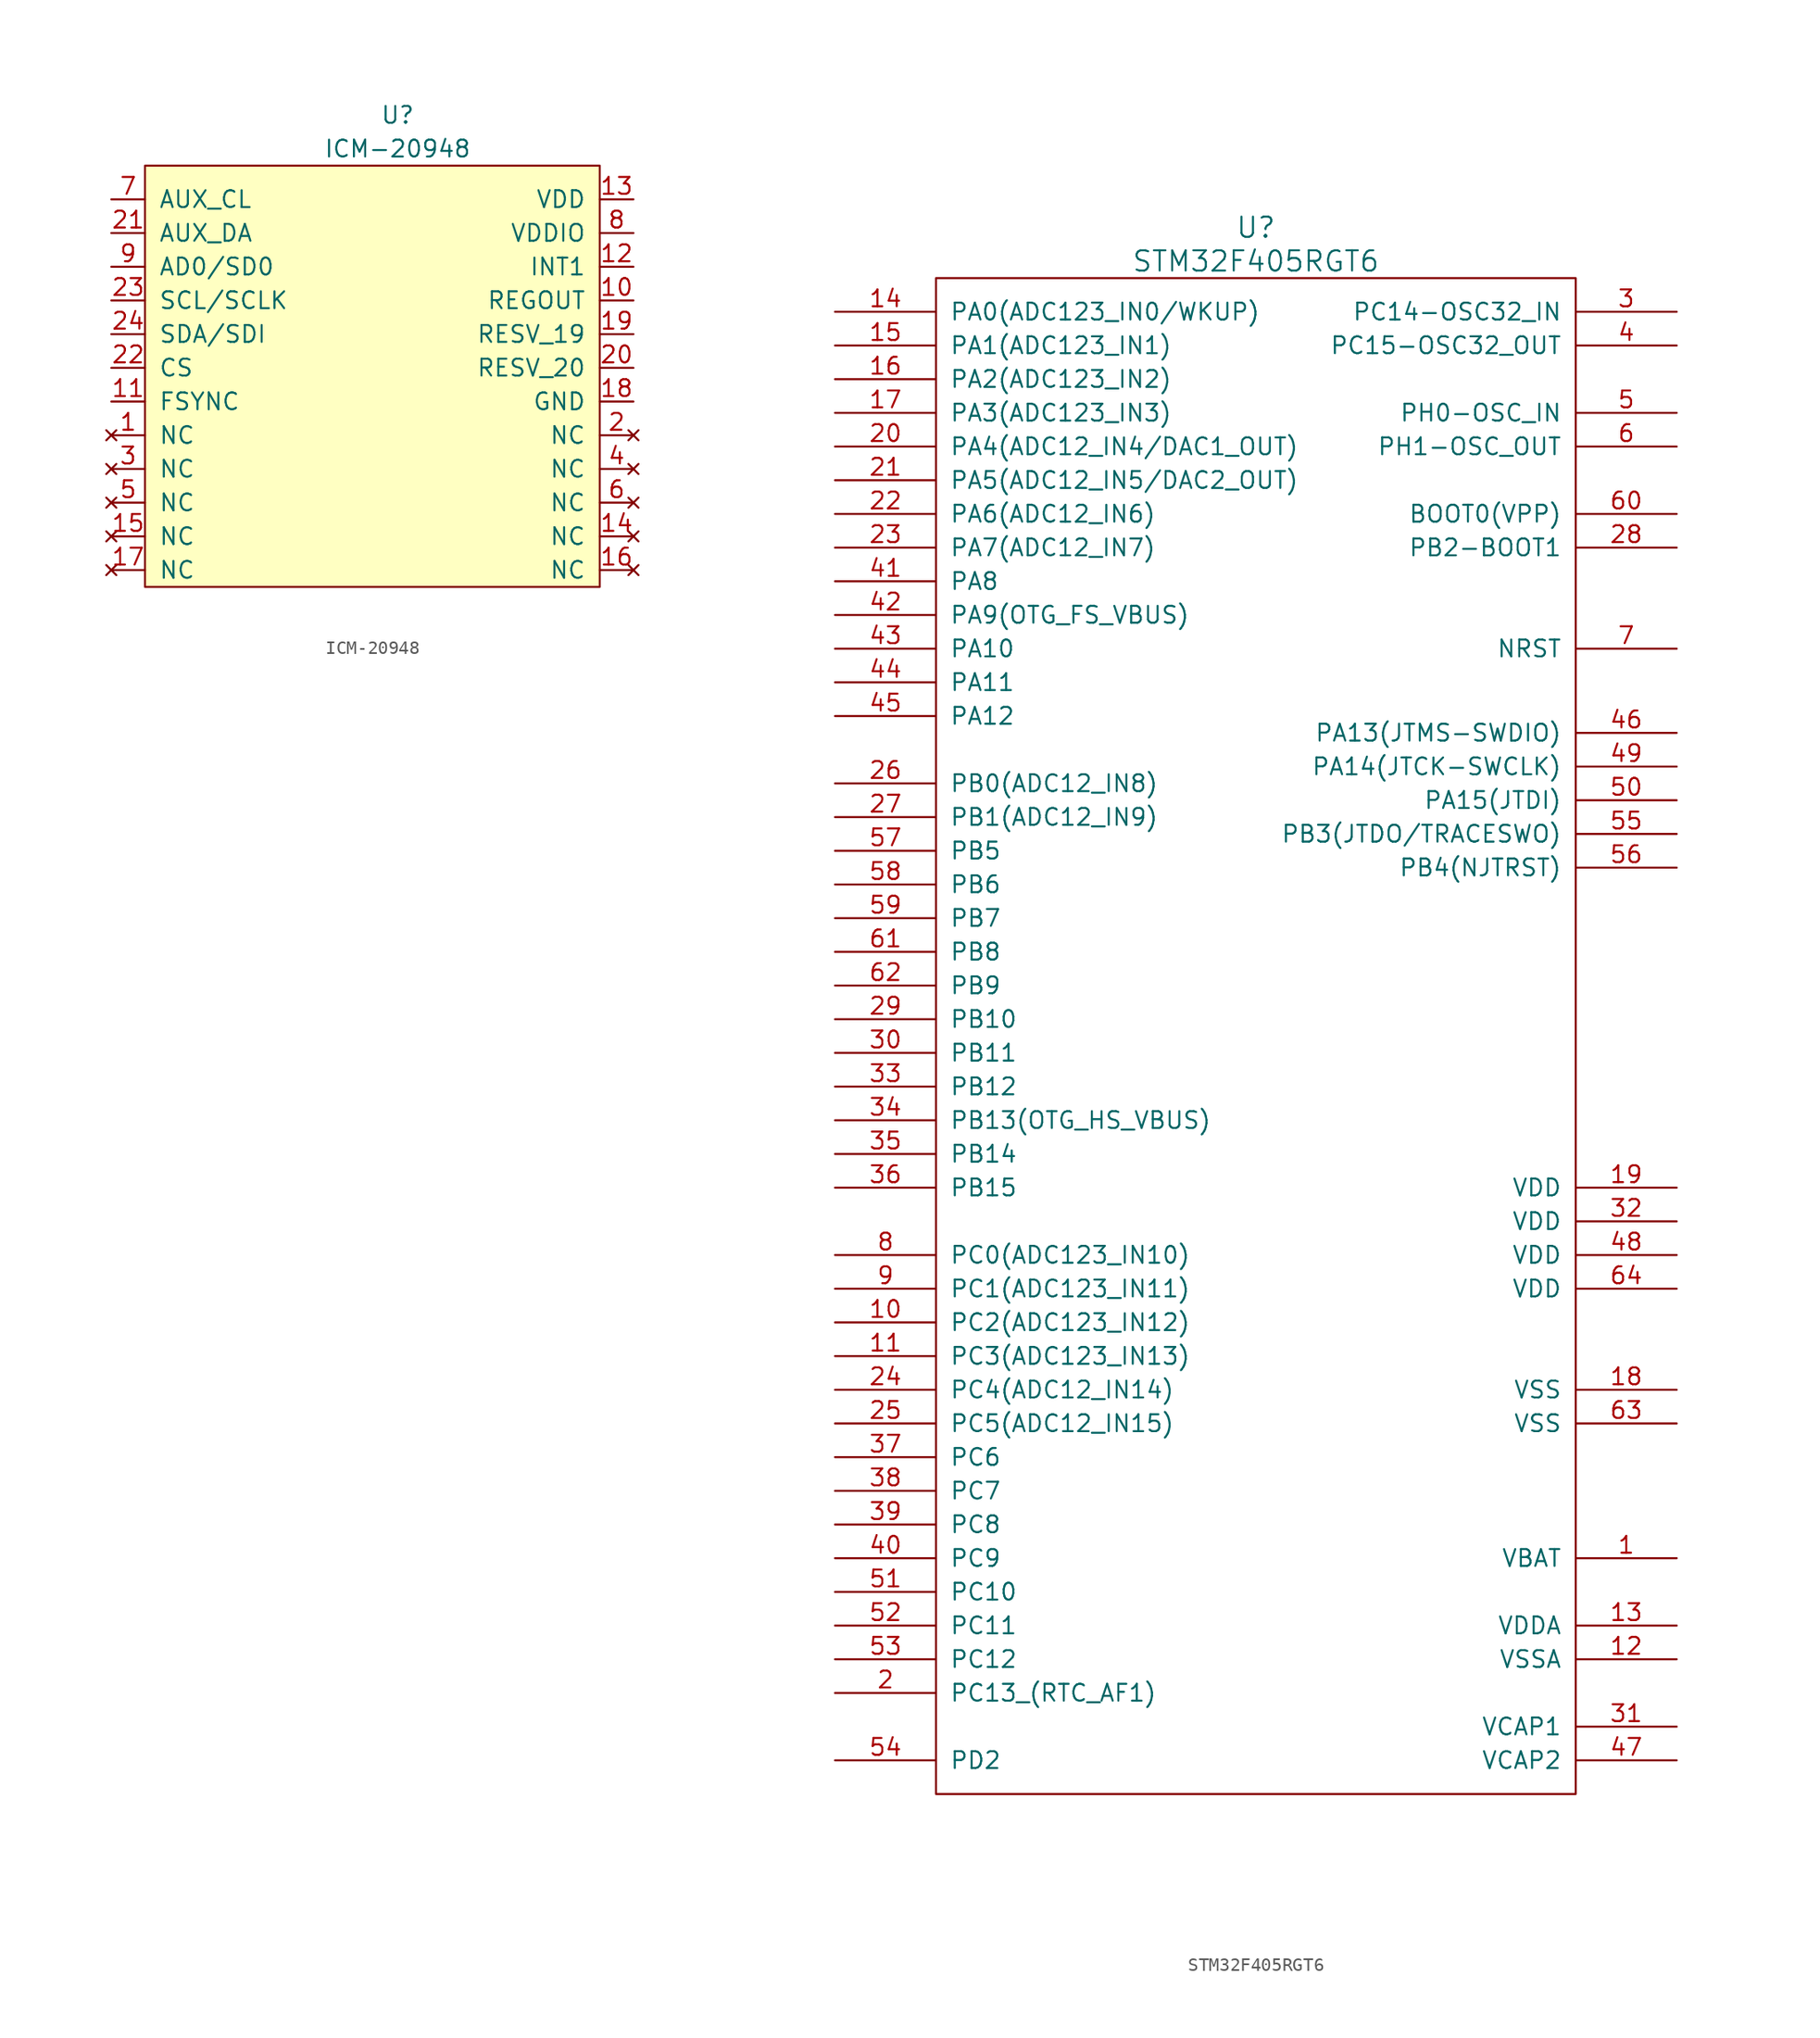
<source format=kicad_sym>
(kicad_symbol_lib
  (version 20220914)
  (generator kicad_symbol_editor)
  (symbol "ICM-20948"
    (pin_names
      (offset 1.016))
    (property "Reference" "U"
      (at 1.27 17.78 0)
      (effects (font (size 1.27 1.27))))
    (property "Value" "ICM-20948"
      (at 1.27 15.24 0)
      (effects (font (size 1.27 1.27))))
    (symbol "ICM-20948_0_1"
      (rectangle (start -17.78 13.97) (end 16.51 -17.78) (stroke (width 0) (type default)) (fill (type background))))
    (symbol "ICM-20948_1_1"
      (pin no_connect line (at -20.32 -6.35 0) (length 2.54) (name "NC" (effects (font (size 1.27 1.27)))) (number "1" (effects (font (size 1.27 1.27)))))
      (pin input line (at 19.05 3.81 180) (length 2.54) (name "REGOUT" (effects (font (size 1.27 1.27)))) (number "10" (effects (font (size 1.27 1.27)))))
      (pin input line (at -20.32 -3.81 0) (length 2.54) (name "FSYNC" (effects (font (size 1.27 1.27)))) (number "11" (effects (font (size 1.27 1.27)))))
      (pin input line (at 19.05 6.35 180) (length 2.54) (name "INT1" (effects (font (size 1.27 1.27)))) (number "12" (effects (font (size 1.27 1.27)))))
      (pin input line (at 19.05 11.43 180) (length 2.54) (name "VDD" (effects (font (size 1.27 1.27)))) (number "13" (effects (font (size 1.27 1.27)))))
      (pin no_connect line (at 19.05 -13.97 180) (length 2.54) (name "NC" (effects (font (size 1.27 1.27)))) (number "14" (effects (font (size 1.27 1.27)))))
      (pin no_connect line (at -20.32 -13.97 0) (length 2.54) (name "NC" (effects (font (size 1.27 1.27)))) (number "15" (effects (font (size 1.27 1.27)))))
      (pin no_connect line (at 19.05 -16.51 180) (length 2.54) (name "NC" (effects (font (size 1.27 1.27)))) (number "16" (effects (font (size 1.27 1.27)))))
      (pin no_connect line (at -20.32 -16.51 0) (length 2.54) (name "NC" (effects (font (size 1.27 1.27)))) (number "17" (effects (font (size 1.27 1.27)))))
      (pin input line (at 19.05 -3.81 180) (length 2.54) (name "GND" (effects (font (size 1.27 1.27)))) (number "18" (effects (font (size 1.27 1.27)))))
      (pin passive line (at 19.05 1.27 180) (length 2.54) (name "RESV_19" (effects (font (size 1.27 1.27)))) (number "19" (effects (font (size 1.27 1.27)))))
      (pin no_connect line (at 19.05 -6.35 180) (length 2.54) (name "NC" (effects (font (size 1.27 1.27)))) (number "2" (effects (font (size 1.27 1.27)))))
      (pin passive line (at 19.05 -1.27 180) (length 2.54) (name "RESV_20" (effects (font (size 1.27 1.27)))) (number "20" (effects (font (size 1.27 1.27)))))
      (pin bidirectional line (at -20.32 8.89 0) (length 2.54) (name "AUX_DA" (effects (font (size 1.27 1.27)))) (number "21" (effects (font (size 1.27 1.27)))))
      (pin input line (at -20.32 -1.27 0) (length 2.54) (name "CS" (effects (font (size 1.27 1.27)))) (number "22" (effects (font (size 1.27 1.27)))))
      (pin input line (at -20.32 3.81 0) (length 2.54) (name "SCL/SCLK" (effects (font (size 1.27 1.27)))) (number "23" (effects (font (size 1.27 1.27)))))
      (pin bidirectional line (at -20.32 1.27 0) (length 2.54) (name "SDA/SDI" (effects (font (size 1.27 1.27)))) (number "24" (effects (font (size 1.27 1.27)))))
      (pin no_connect line (at -20.32 -8.89 0) (length 2.54) (name "NC" (effects (font (size 1.27 1.27)))) (number "3" (effects (font (size 1.27 1.27)))))
      (pin no_connect line (at 19.05 -8.89 180) (length 2.54) (name "NC" (effects (font (size 1.27 1.27)))) (number "4" (effects (font (size 1.27 1.27)))))
      (pin no_connect line (at -20.32 -11.43 0) (length 2.54) (name "NC" (effects (font (size 1.27 1.27)))) (number "5" (effects (font (size 1.27 1.27)))))
      (pin no_connect line (at 19.05 -11.43 180) (length 2.54) (name "NC" (effects (font (size 1.27 1.27)))) (number "6" (effects (font (size 1.27 1.27)))))
      (pin input line (at -20.32 11.43 0) (length 2.54) (name "AUX_CL" (effects (font (size 1.27 1.27)))) (number "7" (effects (font (size 1.27 1.27)))))
      (pin input line (at 19.05 8.89 180) (length 2.54) (name "VDDIO" (effects (font (size 1.27 1.27)))) (number "8" (effects (font (size 1.27 1.27)))))
      (pin bidirectional line (at -20.32 6.35 0) (length 2.54) (name "AD0/SD0" (effects (font (size 1.27 1.27)))) (number "9" (effects (font (size 1.27 1.27)))))))
  (symbol "STM32F405RGT6"
    (pin_names
      (offset 1.016))
    (property "Reference" "U"
      (at 0 60.96 0)
      (effects (font (size 1.524 1.524))))
    (property "Value" "STM32F405RGT6"
      (at 0 58.42 0)
      (effects (font (size 1.524 1.524))))
    (property "Footprint" ""
      (at 0 0 0)
      (effects (font (size 1.524 1.524))))
    (property "Datasheet" ""
      (at 0 0 0)
      (effects (font (size 1.524 1.524))))
    (symbol "STM32F405RGT6_0_1"
      (rectangle (start -24.13 57.15) (end 24.13 -57.15) (stroke (width 0) (type default)) (fill (type none))))
    (symbol "STM32F405RGT6_1_1"
      (pin power_in line (at 31.75 -39.37 180) (length 7.62) (name "VBAT" (effects (font (size 1.27 1.27)))) (number "1" (effects (font (size 1.27 1.27)))))
      (pin bidirectional line (at -31.75 -21.59 0) (length 7.62) (name "PC2(ADC123_IN12)" (effects (font (size 1.27 1.27)))) (number "10" (effects (font (size 1.27 1.27)))))
      (pin bidirectional line (at -31.75 -24.13 0) (length 7.62) (name "PC3(ADC123_IN13)" (effects (font (size 1.27 1.27)))) (number "11" (effects (font (size 1.27 1.27)))))
      (pin power_in line (at 31.75 -46.99 180) (length 7.62) (name "VSSA" (effects (font (size 1.27 1.27)))) (number "12" (effects (font (size 1.27 1.27)))))
      (pin power_in line (at 31.75 -44.45 180) (length 7.62) (name "VDDA" (effects (font (size 1.27 1.27)))) (number "13" (effects (font (size 1.27 1.27)))))
      (pin bidirectional line (at -31.75 54.61 0) (length 7.62) (name "PA0(ADC123_IN0/WKUP)" (effects (font (size 1.27 1.27)))) (number "14" (effects (font (size 1.27 1.27)))))
      (pin bidirectional line (at -31.75 52.07 0) (length 7.62) (name "PA1(ADC123_IN1)" (effects (font (size 1.27 1.27)))) (number "15" (effects (font (size 1.27 1.27)))))
      (pin bidirectional line (at -31.75 49.53 0) (length 7.62) (name "PA2(ADC123_IN2)" (effects (font (size 1.27 1.27)))) (number "16" (effects (font (size 1.27 1.27)))))
      (pin bidirectional line (at -31.75 46.99 0) (length 7.62) (name "PA3(ADC123_IN3)" (effects (font (size 1.27 1.27)))) (number "17" (effects (font (size 1.27 1.27)))))
      (pin power_in line (at 31.75 -26.67 180) (length 7.62) (name "VSS" (effects (font (size 1.27 1.27)))) (number "18" (effects (font (size 1.27 1.27)))))
      (pin power_in line (at 31.75 -11.43 180) (length 7.62) (name "VDD" (effects (font (size 1.27 1.27)))) (number "19" (effects (font (size 1.27 1.27)))))
      (pin bidirectional line (at -31.75 -49.53 0) (length 7.62) (name "PC13_(RTC_AF1)" (effects (font (size 1.27 1.27)))) (number "2" (effects (font (size 1.27 1.27)))))
      (pin bidirectional line (at -31.75 44.45 0) (length 7.62) (name "PA4(ADC12_IN4/DAC1_OUT)" (effects (font (size 1.27 1.27)))) (number "20" (effects (font (size 1.27 1.27)))))
      (pin bidirectional line (at -31.75 41.91 0) (length 7.62) (name "PA5(ADC12_IN5/DAC2_OUT)" (effects (font (size 1.27 1.27)))) (number "21" (effects (font (size 1.27 1.27)))))
      (pin bidirectional line (at -31.75 39.37 0) (length 7.62) (name "PA6(ADC12_IN6)" (effects (font (size 1.27 1.27)))) (number "22" (effects (font (size 1.27 1.27)))))
      (pin bidirectional line (at -31.75 36.83 0) (length 7.62) (name "PA7(ADC12_IN7)" (effects (font (size 1.27 1.27)))) (number "23" (effects (font (size 1.27 1.27)))))
      (pin bidirectional line (at -31.75 -26.67 0) (length 7.62) (name "PC4(ADC12_IN14)" (effects (font (size 1.27 1.27)))) (number "24" (effects (font (size 1.27 1.27)))))
      (pin bidirectional line (at -31.75 -29.21 0) (length 7.62) (name "PC5(ADC12_IN15)" (effects (font (size 1.27 1.27)))) (number "25" (effects (font (size 1.27 1.27)))))
      (pin bidirectional line (at -31.75 19.05 0) (length 7.62) (name "PB0(ADC12_IN8)" (effects (font (size 1.27 1.27)))) (number "26" (effects (font (size 1.27 1.27)))))
      (pin bidirectional line (at -31.75 16.51 0) (length 7.62) (name "PB1(ADC12_IN9)" (effects (font (size 1.27 1.27)))) (number "27" (effects (font (size 1.27 1.27)))))
      (pin bidirectional line (at 31.75 36.83 180) (length 7.62) (name "PB2-BOOT1" (effects (font (size 1.27 1.27)))) (number "28" (effects (font (size 1.27 1.27)))))
      (pin bidirectional line (at -31.75 1.27 0) (length 7.62) (name "PB10" (effects (font (size 1.27 1.27)))) (number "29" (effects (font (size 1.27 1.27)))))
      (pin bidirectional line (at 31.75 54.61 180) (length 7.62) (name "PC14-OSC32_IN" (effects (font (size 1.27 1.27)))) (number "3" (effects (font (size 1.27 1.27)))))
      (pin bidirectional line (at -31.75 -1.27 0) (length 7.62) (name "PB11" (effects (font (size 1.27 1.27)))) (number "30" (effects (font (size 1.27 1.27)))))
      (pin power_out line (at 31.75 -52.07 180) (length 7.62) (name "VCAP1" (effects (font (size 1.27 1.27)))) (number "31" (effects (font (size 1.27 1.27)))))
      (pin power_in line (at 31.75 -13.97 180) (length 7.62) (name "VDD" (effects (font (size 1.27 1.27)))) (number "32" (effects (font (size 1.27 1.27)))))
      (pin bidirectional line (at -31.75 -3.81 0) (length 7.62) (name "PB12" (effects (font (size 1.27 1.27)))) (number "33" (effects (font (size 1.27 1.27)))))
      (pin bidirectional line (at -31.75 -6.35 0) (length 7.62) (name "PB13(OTG_HS_VBUS)" (effects (font (size 1.27 1.27)))) (number "34" (effects (font (size 1.27 1.27)))))
      (pin bidirectional line (at -31.75 -8.89 0) (length 7.62) (name "PB14" (effects (font (size 1.27 1.27)))) (number "35" (effects (font (size 1.27 1.27)))))
      (pin bidirectional line (at -31.75 -11.43 0) (length 7.62) (name "PB15" (effects (font (size 1.27 1.27)))) (number "36" (effects (font (size 1.27 1.27)))))
      (pin bidirectional line (at -31.75 -31.75 0) (length 7.62) (name "PC6" (effects (font (size 1.27 1.27)))) (number "37" (effects (font (size 1.27 1.27)))))
      (pin bidirectional line (at -31.75 -34.29 0) (length 7.62) (name "PC7" (effects (font (size 1.27 1.27)))) (number "38" (effects (font (size 1.27 1.27)))))
      (pin bidirectional line (at -31.75 -36.83 0) (length 7.62) (name "PC8" (effects (font (size 1.27 1.27)))) (number "39" (effects (font (size 1.27 1.27)))))
      (pin power_in line (at 31.75 52.07 180) (length 7.62) (name "PC15-OSC32_OUT" (effects (font (size 1.27 1.27)))) (number "4" (effects (font (size 1.27 1.27)))))
      (pin bidirectional line (at -31.75 -39.37 0) (length 7.62) (name "PC9" (effects (font (size 1.27 1.27)))) (number "40" (effects (font (size 1.27 1.27)))))
      (pin bidirectional line (at -31.75 34.29 0) (length 7.62) (name "PA8" (effects (font (size 1.27 1.27)))) (number "41" (effects (font (size 1.27 1.27)))))
      (pin bidirectional line (at -31.75 31.75 0) (length 7.62) (name "PA9(OTG_FS_VBUS)" (effects (font (size 1.27 1.27)))) (number "42" (effects (font (size 1.27 1.27)))))
      (pin bidirectional line (at -31.75 29.21 0) (length 7.62) (name "PA10" (effects (font (size 1.27 1.27)))) (number "43" (effects (font (size 1.27 1.27)))))
      (pin bidirectional line (at -31.75 26.67 0) (length 7.62) (name "PA11" (effects (font (size 1.27 1.27)))) (number "44" (effects (font (size 1.27 1.27)))))
      (pin bidirectional line (at -31.75 24.13 0) (length 7.62) (name "PA12" (effects (font (size 1.27 1.27)))) (number "45" (effects (font (size 1.27 1.27)))))
      (pin bidirectional line (at 31.75 22.86 180) (length 7.62) (name "PA13(JTMS-SWDIO)" (effects (font (size 1.27 1.27)))) (number "46" (effects (font (size 1.27 1.27)))))
      (pin power_out line (at 31.75 -54.61 180) (length 7.62) (name "VCAP2" (effects (font (size 1.27 1.27)))) (number "47" (effects (font (size 1.27 1.27)))))
      (pin power_in line (at 31.75 -16.51 180) (length 7.62) (name "VDD" (effects (font (size 1.27 1.27)))) (number "48" (effects (font (size 1.27 1.27)))))
      (pin bidirectional line (at 31.75 20.32 180) (length 7.62) (name "PA14(JTCK-SWCLK)" (effects (font (size 1.27 1.27)))) (number "49" (effects (font (size 1.27 1.27)))))
      (pin bidirectional line (at 31.75 46.99 180) (length 7.62) (name "PH0-OSC_IN" (effects (font (size 1.27 1.27)))) (number "5" (effects (font (size 1.27 1.27)))))
      (pin bidirectional line (at 31.75 17.78 180) (length 7.62) (name "PA15(JTDI)" (effects (font (size 1.27 1.27)))) (number "50" (effects (font (size 1.27 1.27)))))
      (pin bidirectional line (at -31.75 -41.91 0) (length 7.62) (name "PC10" (effects (font (size 1.27 1.27)))) (number "51" (effects (font (size 1.27 1.27)))))
      (pin bidirectional line (at -31.75 -44.45 0) (length 7.62) (name "PC11" (effects (font (size 1.27 1.27)))) (number "52" (effects (font (size 1.27 1.27)))))
      (pin bidirectional line (at -31.75 -46.99 0) (length 7.62) (name "PC12" (effects (font (size 1.27 1.27)))) (number "53" (effects (font (size 1.27 1.27)))))
      (pin bidirectional line (at -31.75 -54.61 0) (length 7.62) (name "PD2" (effects (font (size 1.27 1.27)))) (number "54" (effects (font (size 1.27 1.27)))))
      (pin bidirectional line (at 31.75 15.24 180) (length 7.62) (name "PB3(JTDO/TRACESWO)" (effects (font (size 1.27 1.27)))) (number "55" (effects (font (size 1.27 1.27)))))
      (pin bidirectional line (at 31.75 12.7 180) (length 7.62) (name "PB4(NJTRST)" (effects (font (size 1.27 1.27)))) (number "56" (effects (font (size 1.27 1.27)))))
      (pin bidirectional line (at -31.75 13.97 0) (length 7.62) (name "PB5" (effects (font (size 1.27 1.27)))) (number "57" (effects (font (size 1.27 1.27)))))
      (pin bidirectional line (at -31.75 11.43 0) (length 7.62) (name "PB6" (effects (font (size 1.27 1.27)))) (number "58" (effects (font (size 1.27 1.27)))))
      (pin bidirectional line (at -31.75 8.89 0) (length 7.62) (name "PB7" (effects (font (size 1.27 1.27)))) (number "59" (effects (font (size 1.27 1.27)))))
      (pin bidirectional line (at 31.75 44.45 180) (length 7.62) (name "PH1-OSC_OUT" (effects (font (size 1.27 1.27)))) (number "6" (effects (font (size 1.27 1.27)))))
      (pin input line (at 31.75 39.37 180) (length 7.62) (name "BOOT0(VPP)" (effects (font (size 1.27 1.27)))) (number "60" (effects (font (size 1.27 1.27)))))
      (pin bidirectional line (at -31.75 6.35 0) (length 7.62) (name "PB8" (effects (font (size 1.27 1.27)))) (number "61" (effects (font (size 1.27 1.27)))))
      (pin bidirectional line (at -31.75 3.81 0) (length 7.62) (name "PB9" (effects (font (size 1.27 1.27)))) (number "62" (effects (font (size 1.27 1.27)))))
      (pin power_in line (at 31.75 -29.21 180) (length 7.62) (name "VSS" (effects (font (size 1.27 1.27)))) (number "63" (effects (font (size 1.27 1.27)))))
      (pin power_in line (at 31.75 -19.05 180) (length 7.62) (name "VDD" (effects (font (size 1.27 1.27)))) (number "64" (effects (font (size 1.27 1.27)))))
      (pin bidirectional line (at 31.75 29.21 180) (length 7.62) (name "NRST" (effects (font (size 1.27 1.27)))) (number "7" (effects (font (size 1.27 1.27)))))
      (pin bidirectional line (at -31.75 -16.51 0) (length 7.62) (name "PC0(ADC123_IN10)" (effects (font (size 1.27 1.27)))) (number "8" (effects (font (size 1.27 1.27)))))
      (pin bidirectional line (at -31.75 -19.05 0) (length 7.62) (name "PC1(ADC123_IN11)" (effects (font (size 1.27 1.27)))) (number "9" (effects (font (size 1.27 1.27))))))))
</source>
